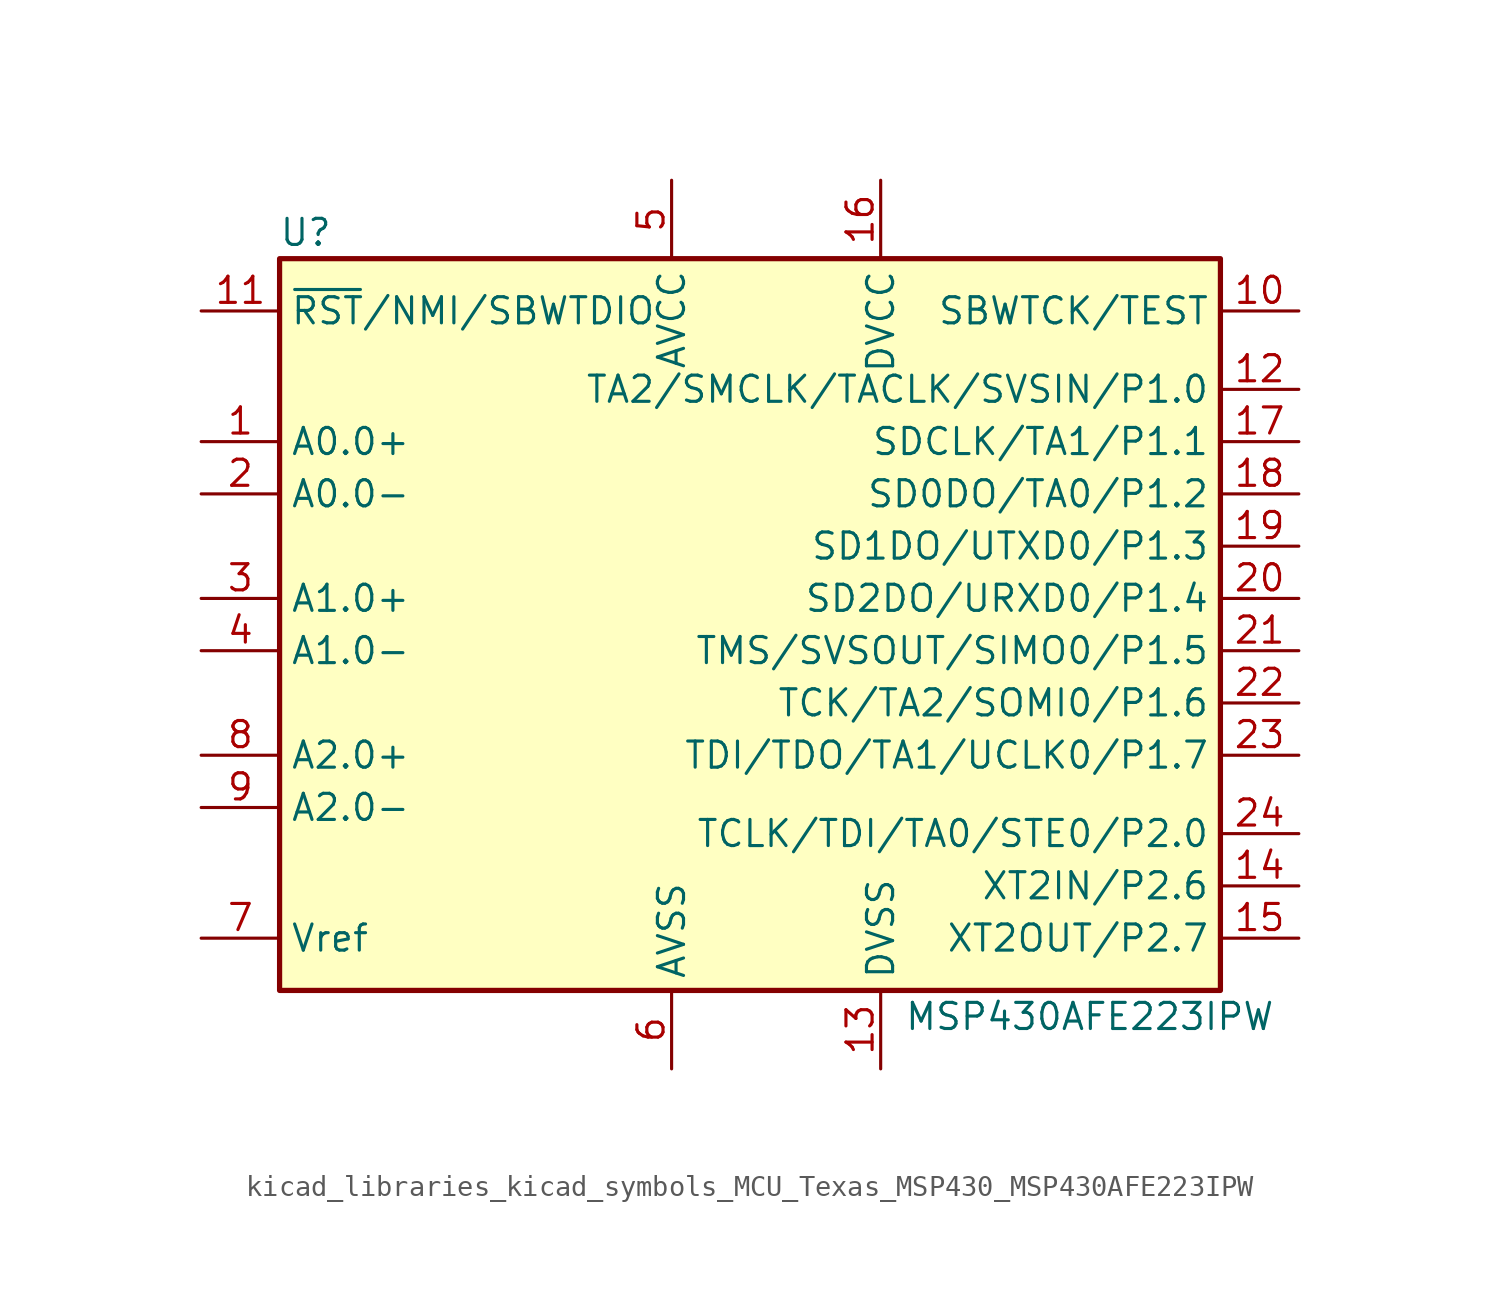
<source format=kicad_sym>
(kicad_symbol_lib
  (version 20220914)
  (generator kicad_symbol_editor)
  (symbol "kicad_libraries_kicad_symbols_MCU_Texas_MSP430_MSP430AFE223IPW"
    (property "Reference" "U"
      (at -22.86 19.05 0)
      (effects (font (size 1.27 1.27))))
    (property "Value" "MSP430AFE223IPW"
      (at 15.24 -19.05 0)
      (effects (font (size 1.27 1.27))))
    (symbol "kicad_libraries_kicad_symbols_MCU_Texas_MSP430_MSP430AFE223IPW_0_1"
      (rectangle (start -24.13 17.78) (end 21.59 -17.78) (stroke (width 0.254) (type default)) (fill (type background))))
    (symbol "kicad_libraries_kicad_symbols_MCU_Texas_MSP430_MSP430AFE223IPW_1_1"
      (pin passive line (at -27.94 8.89 0) (length 3.81) (name "A0.0+" (effects (font (size 1.27 1.27)))) (number "1" (effects (font (size 1.27 1.27)))))
      (pin input line (at 25.4 15.24 180) (length 3.81) (name "SBWTCK/TEST" (effects (font (size 1.27 1.27)))) (number "10" (effects (font (size 1.27 1.27)))))
      (pin input line (at -27.94 15.24 0) (length 3.81) (name "~{RST}/NMI/SBWTDIO" (effects (font (size 1.27 1.27)))) (number "11" (effects (font (size 1.27 1.27)))))
      (pin bidirectional line (at 25.4 11.43 180) (length 3.81) (name "TA2/SMCLK/TACLK/SVSIN/P1.0" (effects (font (size 1.27 1.27)))) (number "12" (effects (font (size 1.27 1.27)))))
      (pin power_in line (at 5.08 -21.59 90) (length 3.81) (name "DVSS" (effects (font (size 1.27 1.27)))) (number "13" (effects (font (size 1.27 1.27)))))
      (pin bidirectional line (at 25.4 -12.7 180) (length 3.81) (name "XT2IN/P2.6" (effects (font (size 1.27 1.27)))) (number "14" (effects (font (size 1.27 1.27)))))
      (pin bidirectional line (at 25.4 -15.24 180) (length 3.81) (name "XT2OUT/P2.7" (effects (font (size 1.27 1.27)))) (number "15" (effects (font (size 1.27 1.27)))))
      (pin power_in line (at 5.08 21.59 270) (length 3.81) (name "DVCC" (effects (font (size 1.27 1.27)))) (number "16" (effects (font (size 1.27 1.27)))))
      (pin bidirectional line (at 25.4 8.89 180) (length 3.81) (name "SDCLK/TA1/P1.1" (effects (font (size 1.27 1.27)))) (number "17" (effects (font (size 1.27 1.27)))))
      (pin bidirectional line (at 25.4 6.35 180) (length 3.81) (name "SD0DO/TA0/P1.2" (effects (font (size 1.27 1.27)))) (number "18" (effects (font (size 1.27 1.27)))))
      (pin bidirectional line (at 25.4 3.81 180) (length 3.81) (name "SD1DO/UTXD0/P1.3" (effects (font (size 1.27 1.27)))) (number "19" (effects (font (size 1.27 1.27)))))
      (pin passive line (at -27.94 6.35 0) (length 3.81) (name "A0.0-" (effects (font (size 1.27 1.27)))) (number "2" (effects (font (size 1.27 1.27)))))
      (pin bidirectional line (at 25.4 1.27 180) (length 3.81) (name "SD2DO/URXD0/P1.4" (effects (font (size 1.27 1.27)))) (number "20" (effects (font (size 1.27 1.27)))))
      (pin bidirectional line (at 25.4 -1.27 180) (length 3.81) (name "TMS/SVSOUT/SIMO0/P1.5" (effects (font (size 1.27 1.27)))) (number "21" (effects (font (size 1.27 1.27)))))
      (pin bidirectional line (at 25.4 -3.81 180) (length 3.81) (name "TCK/TA2/SOMI0/P1.6" (effects (font (size 1.27 1.27)))) (number "22" (effects (font (size 1.27 1.27)))))
      (pin bidirectional line (at 25.4 -6.35 180) (length 3.81) (name "TDI/TDO/TA1/UCLK0/P1.7" (effects (font (size 1.27 1.27)))) (number "23" (effects (font (size 1.27 1.27)))))
      (pin bidirectional line (at 25.4 -10.16 180) (length 3.81) (name "TCLK/TDI/TA0/STE0/P2.0" (effects (font (size 1.27 1.27)))) (number "24" (effects (font (size 1.27 1.27)))))
      (pin passive line (at -27.94 1.27 0) (length 3.81) (name "A1.0+" (effects (font (size 1.27 1.27)))) (number "3" (effects (font (size 1.27 1.27)))))
      (pin passive line (at -27.94 -1.27 0) (length 3.81) (name "A1.0-" (effects (font (size 1.27 1.27)))) (number "4" (effects (font (size 1.27 1.27)))))
      (pin power_in line (at -5.08 21.59 270) (length 3.81) (name "AVCC" (effects (font (size 1.27 1.27)))) (number "5" (effects (font (size 1.27 1.27)))))
      (pin power_in line (at -5.08 -21.59 90) (length 3.81) (name "AVSS" (effects (font (size 1.27 1.27)))) (number "6" (effects (font (size 1.27 1.27)))))
      (pin passive line (at -27.94 -15.24 0) (length 3.81) (name "Vref" (effects (font (size 1.27 1.27)))) (number "7" (effects (font (size 1.27 1.27)))))
      (pin passive line (at -27.94 -6.35 0) (length 3.81) (name "A2.0+" (effects (font (size 1.27 1.27)))) (number "8" (effects (font (size 1.27 1.27)))))
      (pin passive line (at -27.94 -8.89 0) (length 3.81) (name "A2.0-" (effects (font (size 1.27 1.27)))) (number "9" (effects (font (size 1.27 1.27))))))))
</source>
